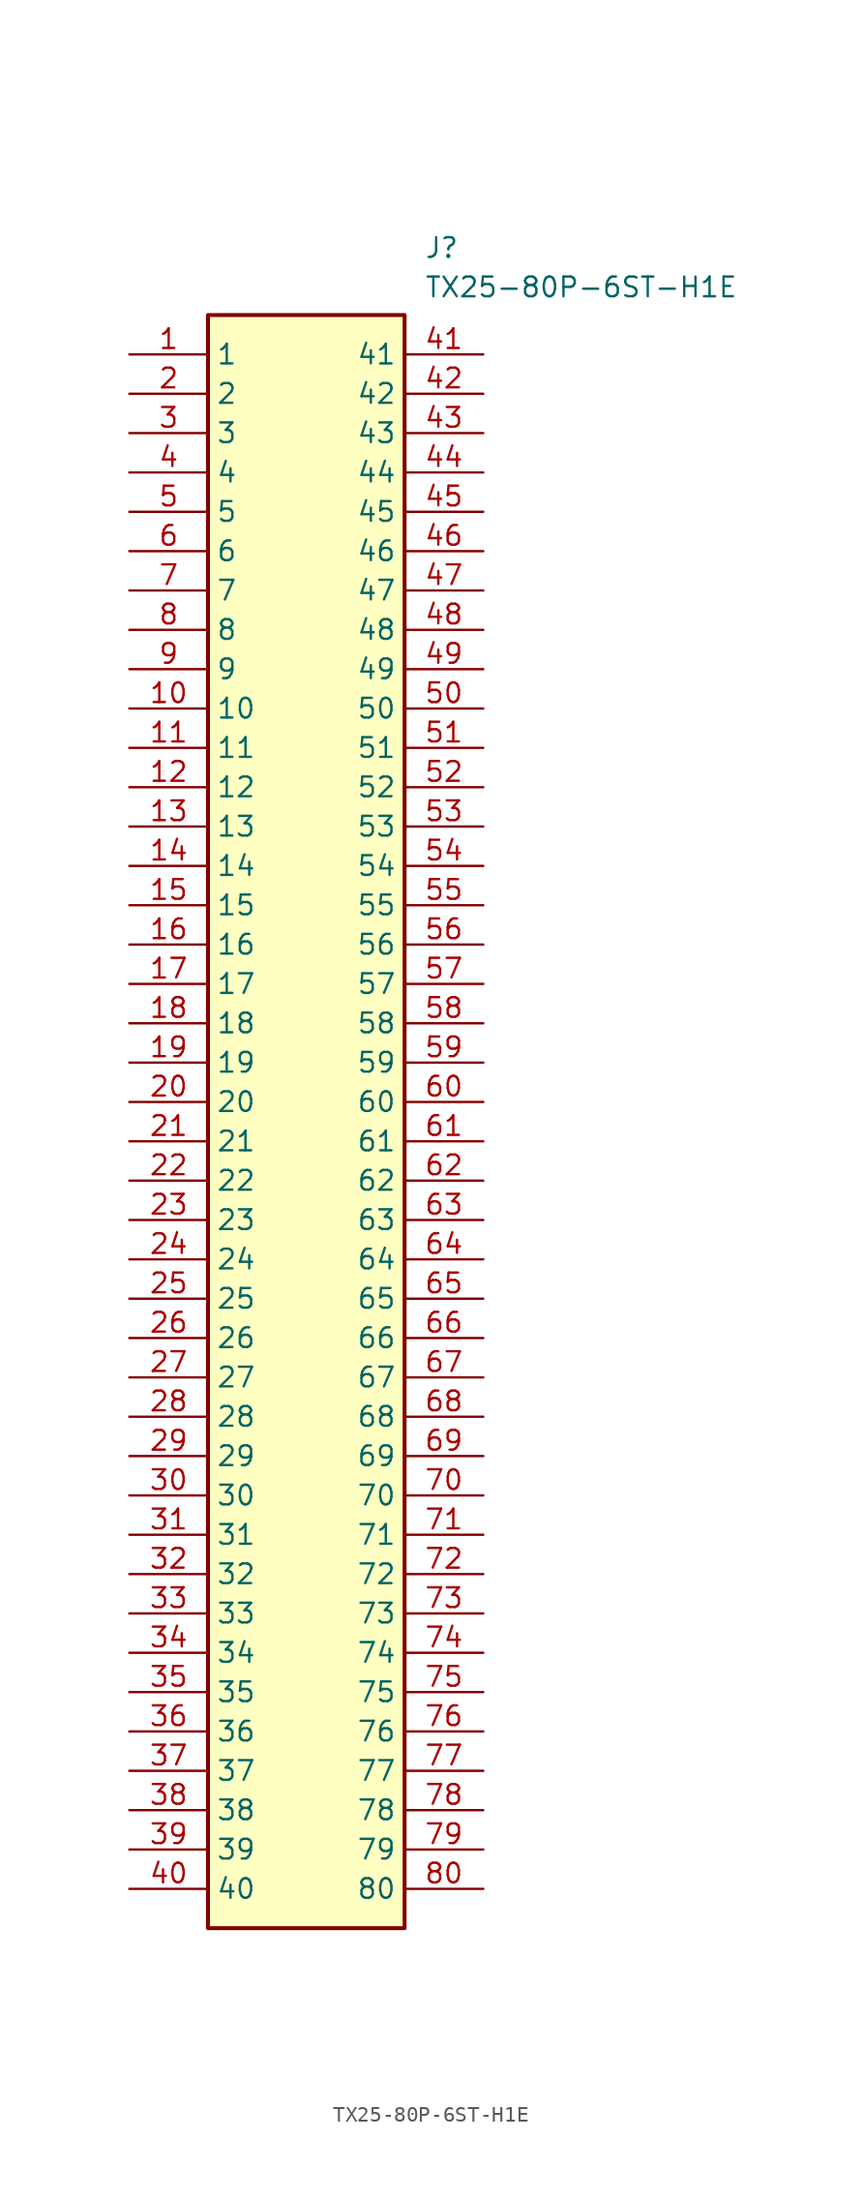
<source format=kicad_sym>
(kicad_symbol_lib
  (version 20220914)
  (generator kicad_symbol_editor)
  (symbol "TX25-80P-6ST-H1E"
    (property "Reference" "J"
      (at 19.05 7.62 0)
      (effects (font (size 1.27 1.27)) (justify left top)))
    (property "Value" "TX25-80P-6ST-H1E"
      (at 19.05 5.08 0)
      (effects (font (size 1.27 1.27)) (justify left top)))
    (symbol "TX25-80P-6ST-H1E_1_1"
      (rectangle (start 5.08 2.54) (end 17.78 -101.6) (stroke (width 0.254) (type default)) (fill (type background)))
      (pin passive line (at 0 0 0) (length 5.08) (name "1" (effects (font (size 1.27 1.27)))) (number "1" (effects (font (size 1.27 1.27)))))
      (pin passive line (at 0 -22.86 0) (length 5.08) (name "10" (effects (font (size 1.27 1.27)))) (number "10" (effects (font (size 1.27 1.27)))))
      (pin passive line (at 0 -25.4 0) (length 5.08) (name "11" (effects (font (size 1.27 1.27)))) (number "11" (effects (font (size 1.27 1.27)))))
      (pin passive line (at 0 -27.94 0) (length 5.08) (name "12" (effects (font (size 1.27 1.27)))) (number "12" (effects (font (size 1.27 1.27)))))
      (pin passive line (at 0 -30.48 0) (length 5.08) (name "13" (effects (font (size 1.27 1.27)))) (number "13" (effects (font (size 1.27 1.27)))))
      (pin passive line (at 0 -33.02 0) (length 5.08) (name "14" (effects (font (size 1.27 1.27)))) (number "14" (effects (font (size 1.27 1.27)))))
      (pin passive line (at 0 -35.56 0) (length 5.08) (name "15" (effects (font (size 1.27 1.27)))) (number "15" (effects (font (size 1.27 1.27)))))
      (pin passive line (at 0 -38.1 0) (length 5.08) (name "16" (effects (font (size 1.27 1.27)))) (number "16" (effects (font (size 1.27 1.27)))))
      (pin passive line (at 0 -40.64 0) (length 5.08) (name "17" (effects (font (size 1.27 1.27)))) (number "17" (effects (font (size 1.27 1.27)))))
      (pin passive line (at 0 -43.18 0) (length 5.08) (name "18" (effects (font (size 1.27 1.27)))) (number "18" (effects (font (size 1.27 1.27)))))
      (pin passive line (at 0 -45.72 0) (length 5.08) (name "19" (effects (font (size 1.27 1.27)))) (number "19" (effects (font (size 1.27 1.27)))))
      (pin passive line (at 0 -2.54 0) (length 5.08) (name "2" (effects (font (size 1.27 1.27)))) (number "2" (effects (font (size 1.27 1.27)))))
      (pin passive line (at 0 -48.26 0) (length 5.08) (name "20" (effects (font (size 1.27 1.27)))) (number "20" (effects (font (size 1.27 1.27)))))
      (pin passive line (at 0 -50.8 0) (length 5.08) (name "21" (effects (font (size 1.27 1.27)))) (number "21" (effects (font (size 1.27 1.27)))))
      (pin passive line (at 0 -53.34 0) (length 5.08) (name "22" (effects (font (size 1.27 1.27)))) (number "22" (effects (font (size 1.27 1.27)))))
      (pin passive line (at 0 -55.88 0) (length 5.08) (name "23" (effects (font (size 1.27 1.27)))) (number "23" (effects (font (size 1.27 1.27)))))
      (pin passive line (at 0 -58.42 0) (length 5.08) (name "24" (effects (font (size 1.27 1.27)))) (number "24" (effects (font (size 1.27 1.27)))))
      (pin passive line (at 0 -60.96 0) (length 5.08) (name "25" (effects (font (size 1.27 1.27)))) (number "25" (effects (font (size 1.27 1.27)))))
      (pin passive line (at 0 -63.5 0) (length 5.08) (name "26" (effects (font (size 1.27 1.27)))) (number "26" (effects (font (size 1.27 1.27)))))
      (pin passive line (at 0 -66.04 0) (length 5.08) (name "27" (effects (font (size 1.27 1.27)))) (number "27" (effects (font (size 1.27 1.27)))))
      (pin passive line (at 0 -68.58 0) (length 5.08) (name "28" (effects (font (size 1.27 1.27)))) (number "28" (effects (font (size 1.27 1.27)))))
      (pin passive line (at 0 -71.12 0) (length 5.08) (name "29" (effects (font (size 1.27 1.27)))) (number "29" (effects (font (size 1.27 1.27)))))
      (pin passive line (at 0 -5.08 0) (length 5.08) (name "3" (effects (font (size 1.27 1.27)))) (number "3" (effects (font (size 1.27 1.27)))))
      (pin passive line (at 0 -73.66 0) (length 5.08) (name "30" (effects (font (size 1.27 1.27)))) (number "30" (effects (font (size 1.27 1.27)))))
      (pin passive line (at 0 -76.2 0) (length 5.08) (name "31" (effects (font (size 1.27 1.27)))) (number "31" (effects (font (size 1.27 1.27)))))
      (pin passive line (at 0 -78.74 0) (length 5.08) (name "32" (effects (font (size 1.27 1.27)))) (number "32" (effects (font (size 1.27 1.27)))))
      (pin passive line (at 0 -81.28 0) (length 5.08) (name "33" (effects (font (size 1.27 1.27)))) (number "33" (effects (font (size 1.27 1.27)))))
      (pin passive line (at 0 -83.82 0) (length 5.08) (name "34" (effects (font (size 1.27 1.27)))) (number "34" (effects (font (size 1.27 1.27)))))
      (pin passive line (at 0 -86.36 0) (length 5.08) (name "35" (effects (font (size 1.27 1.27)))) (number "35" (effects (font (size 1.27 1.27)))))
      (pin passive line (at 0 -88.9 0) (length 5.08) (name "36" (effects (font (size 1.27 1.27)))) (number "36" (effects (font (size 1.27 1.27)))))
      (pin passive line (at 0 -91.44 0) (length 5.08) (name "37" (effects (font (size 1.27 1.27)))) (number "37" (effects (font (size 1.27 1.27)))))
      (pin passive line (at 0 -93.98 0) (length 5.08) (name "38" (effects (font (size 1.27 1.27)))) (number "38" (effects (font (size 1.27 1.27)))))
      (pin passive line (at 0 -96.52 0) (length 5.08) (name "39" (effects (font (size 1.27 1.27)))) (number "39" (effects (font (size 1.27 1.27)))))
      (pin passive line (at 0 -7.62 0) (length 5.08) (name "4" (effects (font (size 1.27 1.27)))) (number "4" (effects (font (size 1.27 1.27)))))
      (pin passive line (at 0 -99.06 0) (length 5.08) (name "40" (effects (font (size 1.27 1.27)))) (number "40" (effects (font (size 1.27 1.27)))))
      (pin passive line (at 22.86 0 180) (length 5.08) (name "41" (effects (font (size 1.27 1.27)))) (number "41" (effects (font (size 1.27 1.27)))))
      (pin passive line (at 22.86 -2.54 180) (length 5.08) (name "42" (effects (font (size 1.27 1.27)))) (number "42" (effects (font (size 1.27 1.27)))))
      (pin passive line (at 22.86 -5.08 180) (length 5.08) (name "43" (effects (font (size 1.27 1.27)))) (number "43" (effects (font (size 1.27 1.27)))))
      (pin passive line (at 22.86 -7.62 180) (length 5.08) (name "44" (effects (font (size 1.27 1.27)))) (number "44" (effects (font (size 1.27 1.27)))))
      (pin passive line (at 22.86 -10.16 180) (length 5.08) (name "45" (effects (font (size 1.27 1.27)))) (number "45" (effects (font (size 1.27 1.27)))))
      (pin passive line (at 22.86 -12.7 180) (length 5.08) (name "46" (effects (font (size 1.27 1.27)))) (number "46" (effects (font (size 1.27 1.27)))))
      (pin passive line (at 22.86 -15.24 180) (length 5.08) (name "47" (effects (font (size 1.27 1.27)))) (number "47" (effects (font (size 1.27 1.27)))))
      (pin passive line (at 22.86 -17.78 180) (length 5.08) (name "48" (effects (font (size 1.27 1.27)))) (number "48" (effects (font (size 1.27 1.27)))))
      (pin passive line (at 22.86 -20.32 180) (length 5.08) (name "49" (effects (font (size 1.27 1.27)))) (number "49" (effects (font (size 1.27 1.27)))))
      (pin passive line (at 0 -10.16 0) (length 5.08) (name "5" (effects (font (size 1.27 1.27)))) (number "5" (effects (font (size 1.27 1.27)))))
      (pin passive line (at 22.86 -22.86 180) (length 5.08) (name "50" (effects (font (size 1.27 1.27)))) (number "50" (effects (font (size 1.27 1.27)))))
      (pin passive line (at 22.86 -25.4 180) (length 5.08) (name "51" (effects (font (size 1.27 1.27)))) (number "51" (effects (font (size 1.27 1.27)))))
      (pin passive line (at 22.86 -27.94 180) (length 5.08) (name "52" (effects (font (size 1.27 1.27)))) (number "52" (effects (font (size 1.27 1.27)))))
      (pin passive line (at 22.86 -30.48 180) (length 5.08) (name "53" (effects (font (size 1.27 1.27)))) (number "53" (effects (font (size 1.27 1.27)))))
      (pin passive line (at 22.86 -33.02 180) (length 5.08) (name "54" (effects (font (size 1.27 1.27)))) (number "54" (effects (font (size 1.27 1.27)))))
      (pin passive line (at 22.86 -35.56 180) (length 5.08) (name "55" (effects (font (size 1.27 1.27)))) (number "55" (effects (font (size 1.27 1.27)))))
      (pin passive line (at 22.86 -38.1 180) (length 5.08) (name "56" (effects (font (size 1.27 1.27)))) (number "56" (effects (font (size 1.27 1.27)))))
      (pin passive line (at 22.86 -40.64 180) (length 5.08) (name "57" (effects (font (size 1.27 1.27)))) (number "57" (effects (font (size 1.27 1.27)))))
      (pin passive line (at 22.86 -43.18 180) (length 5.08) (name "58" (effects (font (size 1.27 1.27)))) (number "58" (effects (font (size 1.27 1.27)))))
      (pin passive line (at 22.86 -45.72 180) (length 5.08) (name "59" (effects (font (size 1.27 1.27)))) (number "59" (effects (font (size 1.27 1.27)))))
      (pin passive line (at 0 -12.7 0) (length 5.08) (name "6" (effects (font (size 1.27 1.27)))) (number "6" (effects (font (size 1.27 1.27)))))
      (pin passive line (at 22.86 -48.26 180) (length 5.08) (name "60" (effects (font (size 1.27 1.27)))) (number "60" (effects (font (size 1.27 1.27)))))
      (pin passive line (at 22.86 -50.8 180) (length 5.08) (name "61" (effects (font (size 1.27 1.27)))) (number "61" (effects (font (size 1.27 1.27)))))
      (pin passive line (at 22.86 -53.34 180) (length 5.08) (name "62" (effects (font (size 1.27 1.27)))) (number "62" (effects (font (size 1.27 1.27)))))
      (pin passive line (at 22.86 -55.88 180) (length 5.08) (name "63" (effects (font (size 1.27 1.27)))) (number "63" (effects (font (size 1.27 1.27)))))
      (pin passive line (at 22.86 -58.42 180) (length 5.08) (name "64" (effects (font (size 1.27 1.27)))) (number "64" (effects (font (size 1.27 1.27)))))
      (pin passive line (at 22.86 -60.96 180) (length 5.08) (name "65" (effects (font (size 1.27 1.27)))) (number "65" (effects (font (size 1.27 1.27)))))
      (pin passive line (at 22.86 -63.5 180) (length 5.08) (name "66" (effects (font (size 1.27 1.27)))) (number "66" (effects (font (size 1.27 1.27)))))
      (pin passive line (at 22.86 -66.04 180) (length 5.08) (name "67" (effects (font (size 1.27 1.27)))) (number "67" (effects (font (size 1.27 1.27)))))
      (pin passive line (at 22.86 -68.58 180) (length 5.08) (name "68" (effects (font (size 1.27 1.27)))) (number "68" (effects (font (size 1.27 1.27)))))
      (pin passive line (at 22.86 -71.12 180) (length 5.08) (name "69" (effects (font (size 1.27 1.27)))) (number "69" (effects (font (size 1.27 1.27)))))
      (pin passive line (at 0 -15.24 0) (length 5.08) (name "7" (effects (font (size 1.27 1.27)))) (number "7" (effects (font (size 1.27 1.27)))))
      (pin passive line (at 22.86 -73.66 180) (length 5.08) (name "70" (effects (font (size 1.27 1.27)))) (number "70" (effects (font (size 1.27 1.27)))))
      (pin passive line (at 22.86 -76.2 180) (length 5.08) (name "71" (effects (font (size 1.27 1.27)))) (number "71" (effects (font (size 1.27 1.27)))))
      (pin passive line (at 22.86 -78.74 180) (length 5.08) (name "72" (effects (font (size 1.27 1.27)))) (number "72" (effects (font (size 1.27 1.27)))))
      (pin passive line (at 22.86 -81.28 180) (length 5.08) (name "73" (effects (font (size 1.27 1.27)))) (number "73" (effects (font (size 1.27 1.27)))))
      (pin passive line (at 22.86 -83.82 180) (length 5.08) (name "74" (effects (font (size 1.27 1.27)))) (number "74" (effects (font (size 1.27 1.27)))))
      (pin passive line (at 22.86 -86.36 180) (length 5.08) (name "75" (effects (font (size 1.27 1.27)))) (number "75" (effects (font (size 1.27 1.27)))))
      (pin passive line (at 22.86 -88.9 180) (length 5.08) (name "76" (effects (font (size 1.27 1.27)))) (number "76" (effects (font (size 1.27 1.27)))))
      (pin passive line (at 22.86 -91.44 180) (length 5.08) (name "77" (effects (font (size 1.27 1.27)))) (number "77" (effects (font (size 1.27 1.27)))))
      (pin passive line (at 22.86 -93.98 180) (length 5.08) (name "78" (effects (font (size 1.27 1.27)))) (number "78" (effects (font (size 1.27 1.27)))))
      (pin passive line (at 22.86 -96.52 180) (length 5.08) (name "79" (effects (font (size 1.27 1.27)))) (number "79" (effects (font (size 1.27 1.27)))))
      (pin passive line (at 0 -17.78 0) (length 5.08) (name "8" (effects (font (size 1.27 1.27)))) (number "8" (effects (font (size 1.27 1.27)))))
      (pin passive line (at 22.86 -99.06 180) (length 5.08) (name "80" (effects (font (size 1.27 1.27)))) (number "80" (effects (font (size 1.27 1.27)))))
      (pin passive line (at 0 -20.32 0) (length 5.08) (name "9" (effects (font (size 1.27 1.27)))) (number "9" (effects (font (size 1.27 1.27))))))))
</source>
